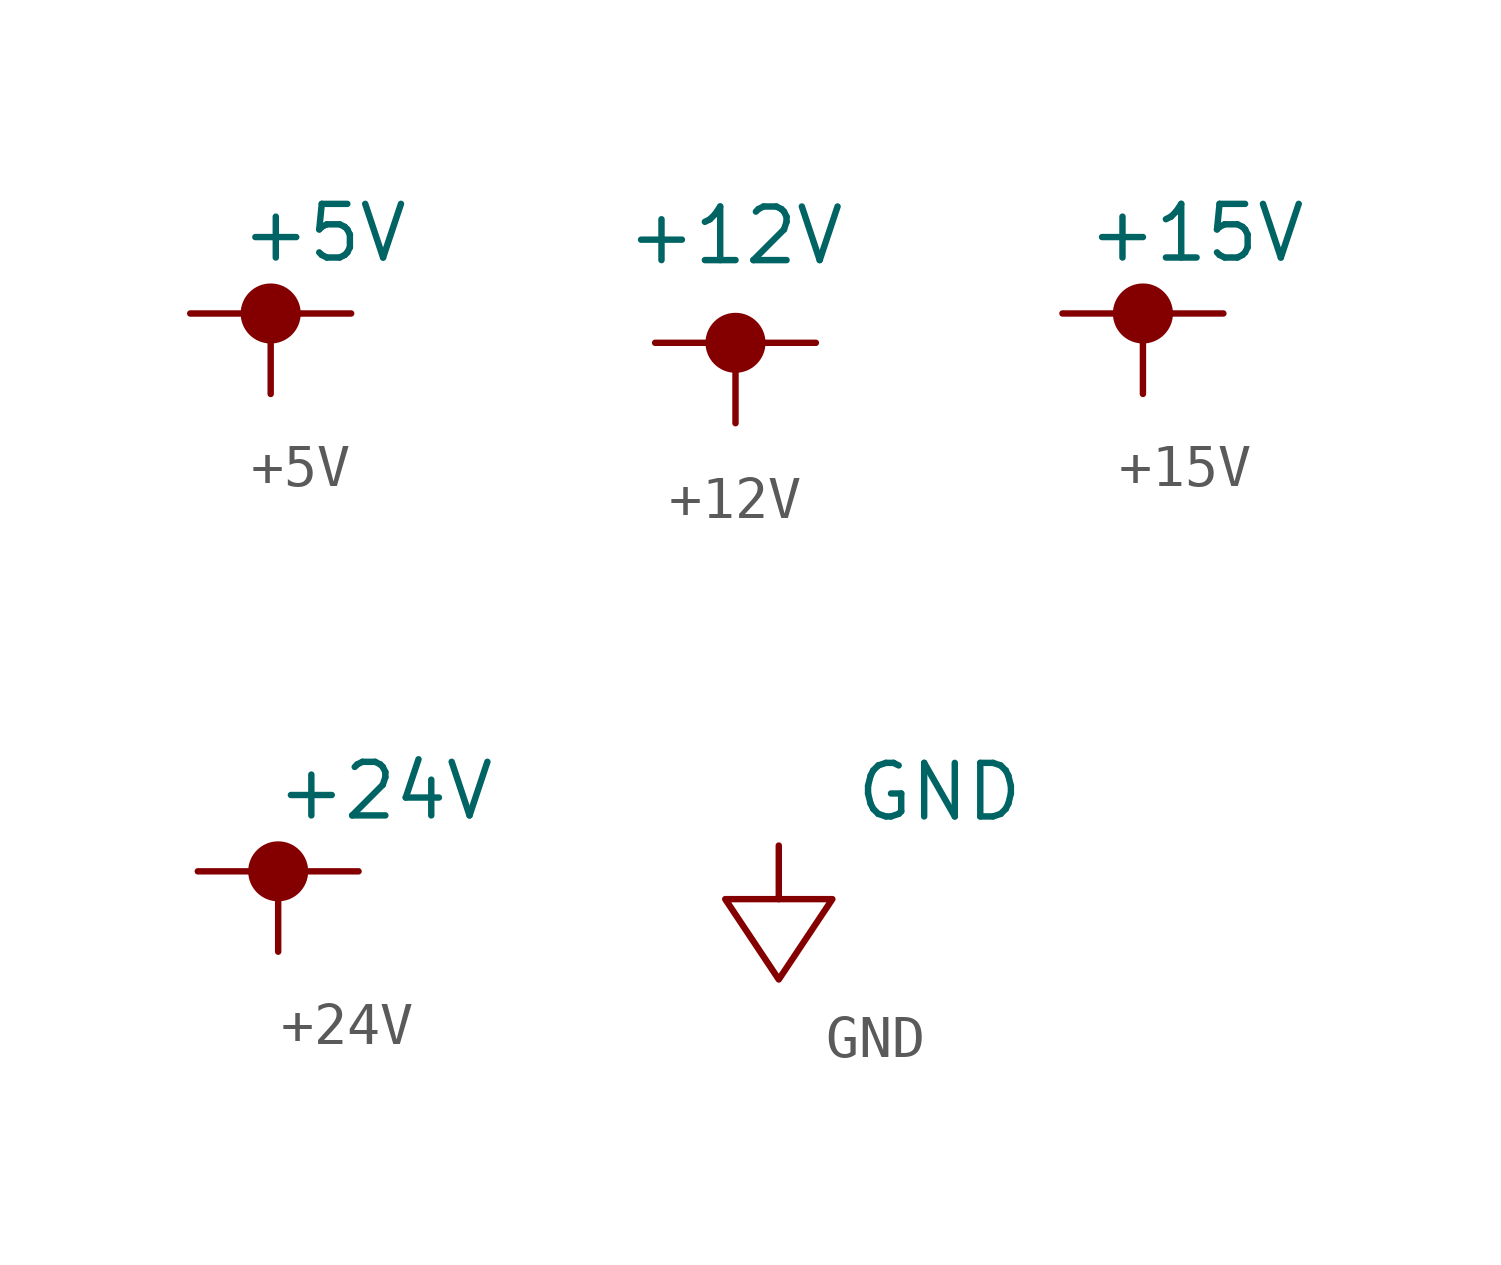
<source format=kicad_sym>
(kicad_symbol_lib
  (version 20220914)
  (generator kicad_symbol_editor)
  (symbol "+5V"
    (power)
    (property "Reference" "#PWR"
      (at -3.175 3.175 0)
      (effects (font (size 1.27 1.27)) hide))
    (property "Value" "+5V"
      (at 1.27 3.81 0)
      (effects (font (size 1.27 1.27))))
    (symbol "+5V_0_0"
      (pin power_in line (at 0 0 90) (length 1.27) (name "" (effects (font (size 1.27 1.27)))) (number "" (effects (font (size 1.27 1.27))))))
    (symbol "+5V_0_1"
      (polyline (pts (xy -1.905 1.905) (xy 1.905 1.905)) (stroke (width 0) (type default)) (fill (type none)))
      (circle (center 0 1.905) (radius 0.635) (stroke (width 0) (type default)) (fill (type outline)))))
  (symbol "+12V"
    (power)
    (property "Reference" "#PWR"
      (at -5.715 2.54 0)
      (effects (font (size 1.27 1.27)) hide))
    (property "Value" "+12V"
      (at 0 4.445 0)
      (effects (font (size 1.27 1.27))))
    (symbol "+12V_0_0"
      (pin power_in line (at 0 0 90) (length 1.27) (name "" (effects (font (size 1.27 1.27)))) (number "" (effects (font (size 1.27 1.27))))))
    (symbol "+12V_0_1"
      (polyline (pts (xy -1.905 1.905) (xy 1.905 1.905)) (stroke (width 0) (type default)) (fill (type none)))
      (circle (center 0 1.905) (radius 0.635) (stroke (width 0) (type default)) (fill (type outline)))))
  (symbol "+15V"
    (power)
    (property "Reference" "#PWR"
      (at -3.175 3.175 0)
      (effects (font (size 1.27 1.27)) hide))
    (property "Value" "+15V"
      (at 1.27 3.81 0)
      (effects (font (size 1.27 1.27))))
    (symbol "+15V_0_0"
      (pin power_in line (at 0 0 90) (length 1.27) (name "" (effects (font (size 1.27 1.27)))) (number "" (effects (font (size 1.27 1.27))))))
    (symbol "+15V_0_1"
      (polyline (pts (xy -1.905 1.905) (xy 1.905 1.905)) (stroke (width 0) (type default)) (fill (type none)))
      (circle (center 0 1.905) (radius 0.635) (stroke (width 0) (type default)) (fill (type outline)))))
  (symbol "+24V"
    (power)
    (property "Reference" "#PWR"
      (at -3.175 3.175 0)
      (effects (font (size 1.27 1.27)) hide))
    (property "Value" "+24V"
      (at 2.54 3.81 0)
      (effects (font (size 1.27 1.27))))
    (symbol "+24V_0_0"
      (pin power_in line (at 0 0 90) (length 1.27) (name "" (effects (font (size 1.27 1.27)))) (number "" (effects (font (size 1.27 1.27))))))
    (symbol "+24V_0_1"
      (polyline (pts (xy -1.905 1.905) (xy 1.905 1.905)) (stroke (width 0) (type default)) (fill (type none)))
      (circle (center 0 1.905) (radius 0.635) (stroke (width 0) (type default)) (fill (type outline)))))
  (symbol "GND"
    (power)
    (property "Reference" "#PWR"
      (at -6.35 3.175 0)
      (effects (font (size 1.27 1.27)) hide))
    (property "Value" "GND"
      (at 3.81 1.27 0)
      (effects (font (size 1.27 1.27))))
    (symbol "GND_0_0"
      (pin power_in line (at 0 0 270) (length 1.27) (name "" (effects (font (size 1.27 1.27)))) (number "" (effects (font (size 1.27 1.27))))))
    (symbol "GND_0_1"
      (polyline (pts (xy 0 -1.27) (xy -1.27 -1.27) (xy 0 -3.175) (xy 1.27 -1.27) (xy 0 -1.27)) (stroke (width 0) (type default)) (fill (type none))))))
</source>
